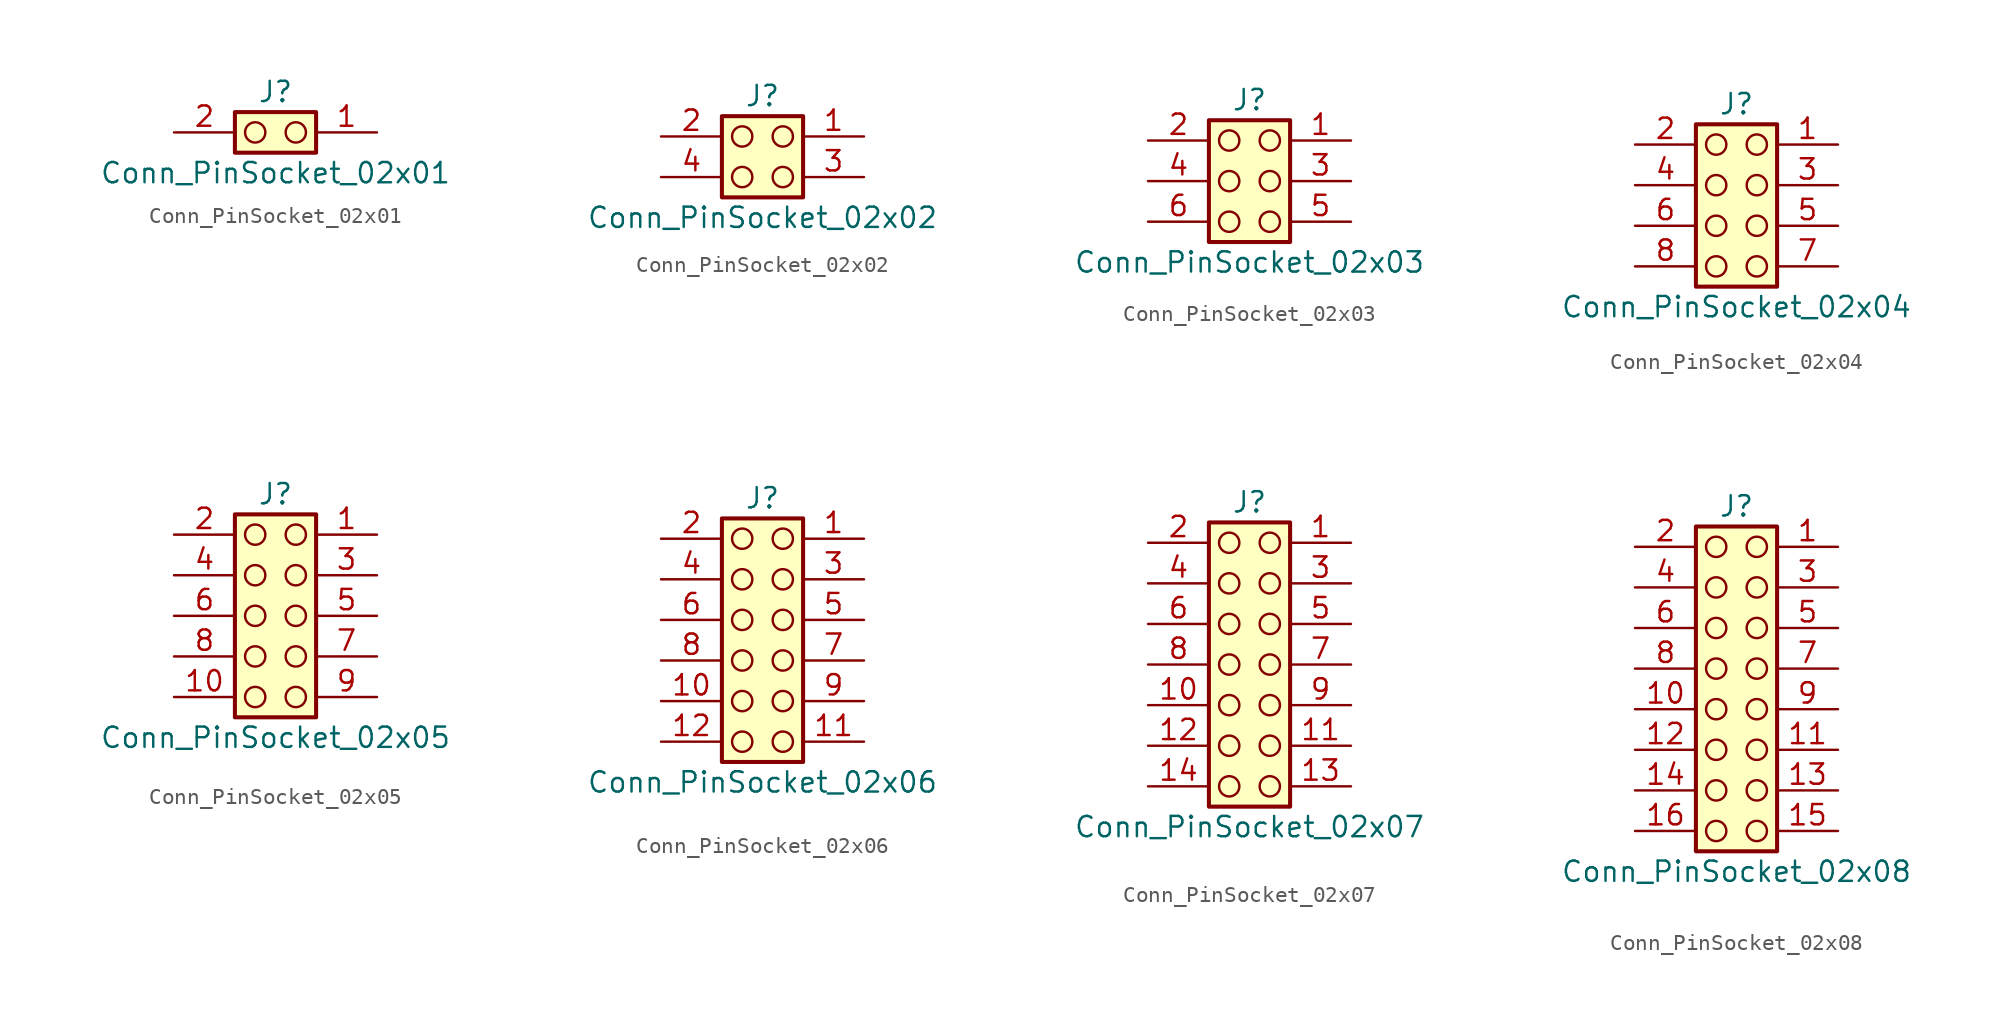
<source format=kicad_sym>
(kicad_symbol_lib
  (version 20241209)
  (generator "kicad_symbol_editor")
  (generator_version "9.0")
  (symbol "Conn_PinSocket_02x01"
    (pin_names
      (offset 1.016)
      (hide yes))
    (property "Reference" "J"
      (at 1.27 2.54 0)
      (effects (font (size 1.27 1.27))))
    (property "Value" "Conn_PinSocket_02x01"
      (at 1.27 -2.54 0)
      (effects (font (size 1.27 1.27))))
    (symbol "Conn_PinSocket_02x01_1_1"
      (rectangle (start -1.27 1.27) (end 3.81 -1.27) (stroke (width 0.254) (type default)) (fill (type background)))
      (circle (center 0 0) (radius 0.635) (stroke (width 0) (type solid) (color 132 0 0 1)) (fill (type none)))
      (circle (center 2.54 0) (radius 0.635) (stroke (width 0) (type solid) (color 132 0 0 1)) (fill (type none)))
      (pin passive line (at -5.08 0 0) (length 3.81) (name "Pin_2" (effects (font (size 1.27 1.27)))) (number "2" (effects (font (size 1.27 1.27)))))
      (pin passive line (at 7.62 0 180) (length 3.81) (name "Pin_1" (effects (font (size 1.27 1.27)))) (number "1" (effects (font (size 1.27 1.27)))))))
  (symbol "Conn_PinSocket_02x02"
    (pin_names
      (offset 1.016)
      (hide yes))
    (property "Reference" "J"
      (at 1.27 2.54 0)
      (effects (font (size 1.27 1.27))))
    (property "Value" "Conn_PinSocket_02x02"
      (at 1.27 -5.08 0)
      (effects (font (size 1.27 1.27))))
    (symbol "Conn_PinSocket_02x02_1_1"
      (rectangle (start -1.27 1.27) (end 3.81 -3.81) (stroke (width 0.254) (type default)) (fill (type background)))
      (circle (center 0 0) (radius 0.635) (stroke (width 0) (type solid) (color 132 0 0 1)) (fill (type none)))
      (circle (center 0 -2.54) (radius 0.635) (stroke (width 0) (type solid) (color 132 0 0 1)) (fill (type none)))
      (circle (center 2.54 0) (radius 0.635) (stroke (width 0) (type solid) (color 132 0 0 1)) (fill (type none)))
      (circle (center 2.54 -2.54) (radius 0.635) (stroke (width 0) (type solid) (color 132 0 0 1)) (fill (type none)))
      (pin passive line (at -5.08 0 0) (length 3.81) (name "Pin_2" (effects (font (size 1.27 1.27)))) (number "2" (effects (font (size 1.27 1.27)))))
      (pin passive line (at -5.08 -2.54 0) (length 3.81) (name "Pin_4" (effects (font (size 1.27 1.27)))) (number "4" (effects (font (size 1.27 1.27)))))
      (pin passive line (at 7.62 0 180) (length 3.81) (name "Pin_1" (effects (font (size 1.27 1.27)))) (number "1" (effects (font (size 1.27 1.27)))))
      (pin passive line (at 7.62 -2.54 180) (length 3.81) (name "Pin_3" (effects (font (size 1.27 1.27)))) (number "3" (effects (font (size 1.27 1.27)))))))
  (symbol "Conn_PinSocket_02x03"
    (pin_names
      (offset 1.016)
      (hide yes))
    (property "Reference" "J"
      (at 1.27 5.08 0)
      (effects (font (size 1.27 1.27))))
    (property "Value" "Conn_PinSocket_02x03"
      (at 1.27 -5.08 0)
      (effects (font (size 1.27 1.27))))
    (symbol "Conn_PinSocket_02x03_1_1"
      (rectangle (start -1.27 3.81) (end 3.81 -3.81) (stroke (width 0.254) (type default)) (fill (type background)))
      (circle (center 0 2.54) (radius 0.635) (stroke (width 0) (type solid) (color 132 0 0 1)) (fill (type none)))
      (circle (center 0 0) (radius 0.635) (stroke (width 0) (type solid) (color 132 0 0 1)) (fill (type none)))
      (circle (center 0 -2.54) (radius 0.635) (stroke (width 0) (type solid) (color 132 0 0 1)) (fill (type none)))
      (circle (center 2.54 2.54) (radius 0.635) (stroke (width 0) (type solid) (color 132 0 0 1)) (fill (type none)))
      (circle (center 2.54 0) (radius 0.635) (stroke (width 0) (type solid) (color 132 0 0 1)) (fill (type none)))
      (circle (center 2.54 -2.54) (radius 0.635) (stroke (width 0) (type solid) (color 132 0 0 1)) (fill (type none)))
      (pin passive line (at -5.08 2.54 0) (length 3.81) (name "Pin_2" (effects (font (size 1.27 1.27)))) (number "2" (effects (font (size 1.27 1.27)))))
      (pin passive line (at -5.08 0 0) (length 3.81) (name "Pin_4" (effects (font (size 1.27 1.27)))) (number "4" (effects (font (size 1.27 1.27)))))
      (pin passive line (at -5.08 -2.54 0) (length 3.81) (name "Pin_6" (effects (font (size 1.27 1.27)))) (number "6" (effects (font (size 1.27 1.27)))))
      (pin passive line (at 7.62 2.54 180) (length 3.81) (name "Pin_1" (effects (font (size 1.27 1.27)))) (number "1" (effects (font (size 1.27 1.27)))))
      (pin passive line (at 7.62 0 180) (length 3.81) (name "Pin_3" (effects (font (size 1.27 1.27)))) (number "3" (effects (font (size 1.27 1.27)))))
      (pin passive line (at 7.62 -2.54 180) (length 3.81) (name "Pin_5" (effects (font (size 1.27 1.27)))) (number "5" (effects (font (size 1.27 1.27)))))))
  (symbol "Conn_PinSocket_02x04"
    (pin_names
      (offset 1.016)
      (hide yes))
    (property "Reference" "J"
      (at 1.27 5.08 0)
      (effects (font (size 1.27 1.27))))
    (property "Value" "Conn_PinSocket_02x04"
      (at 1.27 -7.62 0)
      (effects (font (size 1.27 1.27))))
    (symbol "Conn_PinSocket_02x04_1_1"
      (circle (center 0 2.54) (radius 0.635) (stroke (width 0) (type solid) (color 132 0 0 1)) (fill (type none)))
      (circle (center 0 0) (radius 0.635) (stroke (width 0) (type solid) (color 132 0 0 1)) (fill (type none)))
      (circle (center 0 -2.54) (radius 0.635) (stroke (width 0) (type solid) (color 132 0 0 1)) (fill (type none)))
      (circle (center 0 -5.08) (radius 0.635) (stroke (width 0) (type solid) (color 132 0 0 1)) (fill (type none)))
      (circle (center 2.54 2.54) (radius 0.635) (stroke (width 0) (type solid) (color 132 0 0 1)) (fill (type none)))
      (circle (center 2.54 0) (radius 0.635) (stroke (width 0) (type solid) (color 132 0 0 1)) (fill (type none)))
      (circle (center 2.54 -2.54) (radius 0.635) (stroke (width 0) (type solid) (color 132 0 0 1)) (fill (type none)))
      (circle (center 2.54 -5.08) (radius 0.635) (stroke (width 0) (type solid) (color 132 0 0 1)) (fill (type none)))
      (rectangle (start 3.81 3.81) (end -1.27 -6.35) (stroke (width 0.254) (type default)) (fill (type background)))
      (pin passive line (at -5.08 2.54 0) (length 3.81) (name "Pin_2" (effects (font (size 1.27 1.27)))) (number "2" (effects (font (size 1.27 1.27)))))
      (pin passive line (at -5.08 0 0) (length 3.81) (name "Pin_4" (effects (font (size 1.27 1.27)))) (number "4" (effects (font (size 1.27 1.27)))))
      (pin passive line (at -5.08 -2.54 0) (length 3.81) (name "Pin_6" (effects (font (size 1.27 1.27)))) (number "6" (effects (font (size 1.27 1.27)))))
      (pin passive line (at -5.08 -5.08 0) (length 3.81) (name "Pin_8" (effects (font (size 1.27 1.27)))) (number "8" (effects (font (size 1.27 1.27)))))
      (pin passive line (at 7.62 2.54 180) (length 3.81) (name "Pin_1" (effects (font (size 1.27 1.27)))) (number "1" (effects (font (size 1.27 1.27)))))
      (pin passive line (at 7.62 0 180) (length 3.81) (name "Pin_3" (effects (font (size 1.27 1.27)))) (number "3" (effects (font (size 1.27 1.27)))))
      (pin passive line (at 7.62 -2.54 180) (length 3.81) (name "Pin_5" (effects (font (size 1.27 1.27)))) (number "5" (effects (font (size 1.27 1.27)))))
      (pin passive line (at 7.62 -5.08 180) (length 3.81) (name "Pin_7" (effects (font (size 1.27 1.27)))) (number "7" (effects (font (size 1.27 1.27)))))))
  (symbol "Conn_PinSocket_02x05"
    (pin_names
      (offset 1.016)
      (hide yes))
    (property "Reference" "J"
      (at 1.27 7.62 0)
      (effects (font (size 1.27 1.27))))
    (property "Value" "Conn_PinSocket_02x05"
      (at 1.27 -7.62 0)
      (effects (font (size 1.27 1.27))))
    (symbol "Conn_PinSocket_02x05_1_1"
      (rectangle (start -1.27 6.35) (end 3.81 -6.35) (stroke (width 0.254) (type default)) (fill (type background)))
      (circle (center 0 5.08) (radius 0.635) (stroke (width 0) (type solid) (color 132 0 0 1)) (fill (type none)))
      (circle (center 0 2.54) (radius 0.635) (stroke (width 0) (type solid) (color 132 0 0 1)) (fill (type none)))
      (circle (center 0 0) (radius 0.635) (stroke (width 0) (type solid) (color 132 0 0 1)) (fill (type none)))
      (circle (center 0 -2.54) (radius 0.635) (stroke (width 0) (type solid) (color 132 0 0 1)) (fill (type none)))
      (circle (center 0 -5.08) (radius 0.635) (stroke (width 0) (type solid) (color 132 0 0 1)) (fill (type none)))
      (circle (center 2.54 5.08) (radius 0.635) (stroke (width 0) (type solid) (color 132 0 0 1)) (fill (type none)))
      (circle (center 2.54 2.54) (radius 0.635) (stroke (width 0) (type solid) (color 132 0 0 1)) (fill (type none)))
      (circle (center 2.54 0) (radius 0.635) (stroke (width 0) (type solid) (color 132 0 0 1)) (fill (type none)))
      (circle (center 2.54 -2.54) (radius 0.635) (stroke (width 0) (type solid) (color 132 0 0 1)) (fill (type none)))
      (circle (center 2.54 -5.08) (radius 0.635) (stroke (width 0) (type solid) (color 132 0 0 1)) (fill (type none)))
      (pin passive line (at -5.08 5.08 0) (length 3.81) (name "Pin_2" (effects (font (size 1.27 1.27)))) (number "2" (effects (font (size 1.27 1.27)))))
      (pin passive line (at -5.08 2.54 0) (length 3.81) (name "Pin_4" (effects (font (size 1.27 1.27)))) (number "4" (effects (font (size 1.27 1.27)))))
      (pin passive line (at -5.08 0 0) (length 3.81) (name "Pin_6" (effects (font (size 1.27 1.27)))) (number "6" (effects (font (size 1.27 1.27)))))
      (pin passive line (at -5.08 -2.54 0) (length 3.81) (name "Pin_8" (effects (font (size 1.27 1.27)))) (number "8" (effects (font (size 1.27 1.27)))))
      (pin passive line (at -5.08 -5.08 0) (length 3.81) (name "Pin_10" (effects (font (size 1.27 1.27)))) (number "10" (effects (font (size 1.27 1.27)))))
      (pin passive line (at 7.62 5.08 180) (length 3.81) (name "Pin_1" (effects (font (size 1.27 1.27)))) (number "1" (effects (font (size 1.27 1.27)))))
      (pin passive line (at 7.62 2.54 180) (length 3.81) (name "Pin_3" (effects (font (size 1.27 1.27)))) (number "3" (effects (font (size 1.27 1.27)))))
      (pin passive line (at 7.62 0 180) (length 3.81) (name "Pin_5" (effects (font (size 1.27 1.27)))) (number "5" (effects (font (size 1.27 1.27)))))
      (pin passive line (at 7.62 -2.54 180) (length 3.81) (name "Pin_7" (effects (font (size 1.27 1.27)))) (number "7" (effects (font (size 1.27 1.27)))))
      (pin passive line (at 7.62 -5.08 180) (length 3.81) (name "Pin_9" (effects (font (size 1.27 1.27)))) (number "9" (effects (font (size 1.27 1.27)))))))
  (symbol "Conn_PinSocket_02x06"
    (pin_names
      (offset 1.016)
      (hide yes))
    (property "Reference" "J"
      (at 1.27 7.62 0)
      (effects (font (size 1.27 1.27))))
    (property "Value" "Conn_PinSocket_02x06"
      (at 1.27 -10.16 0)
      (effects (font (size 1.27 1.27))))
    (symbol "Conn_PinSocket_02x06_1_1"
      (rectangle (start -1.27 6.35) (end 3.81 -8.89) (stroke (width 0.254) (type default)) (fill (type background)))
      (circle (center 0 5.08) (radius 0.635) (stroke (width 0) (type solid) (color 132 0 0 1)) (fill (type none)))
      (circle (center 0 2.54) (radius 0.635) (stroke (width 0) (type solid) (color 132 0 0 1)) (fill (type none)))
      (circle (center 0 0) (radius 0.635) (stroke (width 0) (type solid) (color 132 0 0 1)) (fill (type none)))
      (circle (center 0 -2.54) (radius 0.635) (stroke (width 0) (type solid) (color 132 0 0 1)) (fill (type none)))
      (circle (center 0 -5.08) (radius 0.635) (stroke (width 0) (type solid) (color 132 0 0 1)) (fill (type none)))
      (circle (center 0 -7.62) (radius 0.635) (stroke (width 0) (type solid) (color 132 0 0 1)) (fill (type none)))
      (circle (center 2.54 5.08) (radius 0.635) (stroke (width 0) (type solid) (color 132 0 0 1)) (fill (type none)))
      (circle (center 2.54 2.54) (radius 0.635) (stroke (width 0) (type solid) (color 132 0 0 1)) (fill (type none)))
      (circle (center 2.54 0) (radius 0.635) (stroke (width 0) (type solid) (color 132 0 0 1)) (fill (type none)))
      (circle (center 2.54 -2.54) (radius 0.635) (stroke (width 0) (type solid) (color 132 0 0 1)) (fill (type none)))
      (circle (center 2.54 -5.08) (radius 0.635) (stroke (width 0) (type solid) (color 132 0 0 1)) (fill (type none)))
      (circle (center 2.54 -7.62) (radius 0.635) (stroke (width 0) (type solid) (color 132 0 0 1)) (fill (type none)))
      (pin passive line (at -5.08 5.08 0) (length 3.81) (name "Pin_2" (effects (font (size 1.27 1.27)))) (number "2" (effects (font (size 1.27 1.27)))))
      (pin passive line (at -5.08 2.54 0) (length 3.81) (name "Pin_4" (effects (font (size 1.27 1.27)))) (number "4" (effects (font (size 1.27 1.27)))))
      (pin passive line (at -5.08 0 0) (length 3.81) (name "Pin_6" (effects (font (size 1.27 1.27)))) (number "6" (effects (font (size 1.27 1.27)))))
      (pin passive line (at -5.08 -2.54 0) (length 3.81) (name "Pin_8" (effects (font (size 1.27 1.27)))) (number "8" (effects (font (size 1.27 1.27)))))
      (pin passive line (at -5.08 -5.08 0) (length 3.81) (name "Pin_10" (effects (font (size 1.27 1.27)))) (number "10" (effects (font (size 1.27 1.27)))))
      (pin passive line (at -5.08 -7.62 0) (length 3.81) (name "Pin_12" (effects (font (size 1.27 1.27)))) (number "12" (effects (font (size 1.27 1.27)))))
      (pin passive line (at 7.62 5.08 180) (length 3.81) (name "Pin_1" (effects (font (size 1.27 1.27)))) (number "1" (effects (font (size 1.27 1.27)))))
      (pin passive line (at 7.62 2.54 180) (length 3.81) (name "Pin_3" (effects (font (size 1.27 1.27)))) (number "3" (effects (font (size 1.27 1.27)))))
      (pin passive line (at 7.62 0 180) (length 3.81) (name "Pin_5" (effects (font (size 1.27 1.27)))) (number "5" (effects (font (size 1.27 1.27)))))
      (pin passive line (at 7.62 -2.54 180) (length 3.81) (name "Pin_7" (effects (font (size 1.27 1.27)))) (number "7" (effects (font (size 1.27 1.27)))))
      (pin passive line (at 7.62 -5.08 180) (length 3.81) (name "Pin_9" (effects (font (size 1.27 1.27)))) (number "9" (effects (font (size 1.27 1.27)))))
      (pin passive line (at 7.62 -7.62 180) (length 3.81) (name "Pin_11" (effects (font (size 1.27 1.27)))) (number "11" (effects (font (size 1.27 1.27)))))))
  (symbol "Conn_PinSocket_02x07"
    (pin_names
      (offset 1.016)
      (hide yes))
    (property "Reference" "J"
      (at 1.27 10.16 0)
      (effects (font (size 1.27 1.27))))
    (property "Value" "Conn_PinSocket_02x07"
      (at 1.27 -10.16 0)
      (effects (font (size 1.27 1.27))))
    (symbol "Conn_PinSocket_02x07_1_1"
      (rectangle (start -1.27 8.89) (end 3.81 -8.89) (stroke (width 0.254) (type default)) (fill (type background)))
      (circle (center 0 7.62) (radius 0.635) (stroke (width 0) (type solid) (color 132 0 0 1)) (fill (type none)))
      (circle (center 0 5.08) (radius 0.635) (stroke (width 0) (type solid) (color 132 0 0 1)) (fill (type none)))
      (circle (center 0 2.54) (radius 0.635) (stroke (width 0) (type solid) (color 132 0 0 1)) (fill (type none)))
      (circle (center 0 0) (radius 0.635) (stroke (width 0) (type solid) (color 132 0 0 1)) (fill (type none)))
      (circle (center 0 -2.54) (radius 0.635) (stroke (width 0) (type solid) (color 132 0 0 1)) (fill (type none)))
      (circle (center 0 -5.08) (radius 0.635) (stroke (width 0) (type solid) (color 132 0 0 1)) (fill (type none)))
      (circle (center 0 -7.62) (radius 0.635) (stroke (width 0) (type solid) (color 132 0 0 1)) (fill (type none)))
      (circle (center 2.54 7.62) (radius 0.635) (stroke (width 0) (type solid) (color 132 0 0 1)) (fill (type none)))
      (circle (center 2.54 5.08) (radius 0.635) (stroke (width 0) (type solid) (color 132 0 0 1)) (fill (type none)))
      (circle (center 2.54 2.54) (radius 0.635) (stroke (width 0) (type solid) (color 132 0 0 1)) (fill (type none)))
      (circle (center 2.54 0) (radius 0.635) (stroke (width 0) (type solid) (color 132 0 0 1)) (fill (type none)))
      (circle (center 2.54 -2.54) (radius 0.635) (stroke (width 0) (type solid) (color 132 0 0 1)) (fill (type none)))
      (circle (center 2.54 -5.08) (radius 0.635) (stroke (width 0) (type solid) (color 132 0 0 1)) (fill (type none)))
      (circle (center 2.54 -7.62) (radius 0.635) (stroke (width 0) (type solid) (color 132 0 0 1)) (fill (type none)))
      (pin passive line (at -5.08 7.62 0) (length 3.81) (name "Pin_2" (effects (font (size 1.27 1.27)))) (number "2" (effects (font (size 1.27 1.27)))))
      (pin passive line (at -5.08 5.08 0) (length 3.81) (name "Pin_4" (effects (font (size 1.27 1.27)))) (number "4" (effects (font (size 1.27 1.27)))))
      (pin passive line (at -5.08 2.54 0) (length 3.81) (name "Pin_6" (effects (font (size 1.27 1.27)))) (number "6" (effects (font (size 1.27 1.27)))))
      (pin passive line (at -5.08 0 0) (length 3.81) (name "Pin_8" (effects (font (size 1.27 1.27)))) (number "8" (effects (font (size 1.27 1.27)))))
      (pin passive line (at -5.08 -2.54 0) (length 3.81) (name "Pin_10" (effects (font (size 1.27 1.27)))) (number "10" (effects (font (size 1.27 1.27)))))
      (pin passive line (at -5.08 -5.08 0) (length 3.81) (name "Pin_12" (effects (font (size 1.27 1.27)))) (number "12" (effects (font (size 1.27 1.27)))))
      (pin passive line (at -5.08 -7.62 0) (length 3.81) (name "Pin_14" (effects (font (size 1.27 1.27)))) (number "14" (effects (font (size 1.27 1.27)))))
      (pin passive line (at 7.62 7.62 180) (length 3.81) (name "Pin_1" (effects (font (size 1.27 1.27)))) (number "1" (effects (font (size 1.27 1.27)))))
      (pin passive line (at 7.62 5.08 180) (length 3.81) (name "Pin_3" (effects (font (size 1.27 1.27)))) (number "3" (effects (font (size 1.27 1.27)))))
      (pin passive line (at 7.62 2.54 180) (length 3.81) (name "Pin_5" (effects (font (size 1.27 1.27)))) (number "5" (effects (font (size 1.27 1.27)))))
      (pin passive line (at 7.62 0 180) (length 3.81) (name "Pin_7" (effects (font (size 1.27 1.27)))) (number "7" (effects (font (size 1.27 1.27)))))
      (pin passive line (at 7.62 -2.54 180) (length 3.81) (name "Pin_9" (effects (font (size 1.27 1.27)))) (number "9" (effects (font (size 1.27 1.27)))))
      (pin passive line (at 7.62 -5.08 180) (length 3.81) (name "Pin_11" (effects (font (size 1.27 1.27)))) (number "11" (effects (font (size 1.27 1.27)))))
      (pin passive line (at 7.62 -7.62 180) (length 3.81) (name "Pin_13" (effects (font (size 1.27 1.27)))) (number "13" (effects (font (size 1.27 1.27)))))))
  (symbol "Conn_PinSocket_02x08"
    (pin_names
      (offset 1.016)
      (hide yes))
    (property "Reference" "J"
      (at 1.27 10.16 0)
      (effects (font (size 1.27 1.27))))
    (property "Value" "Conn_PinSocket_02x08"
      (at 1.27 -12.7 0)
      (effects (font (size 1.27 1.27))))
    (symbol "Conn_PinSocket_02x08_1_1"
      (rectangle (start -1.27 8.89) (end 3.81 -11.43) (stroke (width 0.254) (type default)) (fill (type background)))
      (circle (center 0 7.62) (radius 0.635) (stroke (width 0) (type solid) (color 132 0 0 1)) (fill (type none)))
      (circle (center 0 5.08) (radius 0.635) (stroke (width 0) (type solid) (color 132 0 0 1)) (fill (type none)))
      (circle (center 0 2.54) (radius 0.635) (stroke (width 0) (type solid) (color 132 0 0 1)) (fill (type none)))
      (circle (center 0 0) (radius 0.635) (stroke (width 0) (type solid) (color 132 0 0 1)) (fill (type none)))
      (circle (center 0 -2.54) (radius 0.635) (stroke (width 0) (type solid) (color 132 0 0 1)) (fill (type none)))
      (circle (center 0 -5.08) (radius 0.635) (stroke (width 0) (type solid) (color 132 0 0 1)) (fill (type none)))
      (circle (center 0 -7.62) (radius 0.635) (stroke (width 0) (type solid) (color 132 0 0 1)) (fill (type none)))
      (circle (center 0 -10.16) (radius 0.635) (stroke (width 0) (type solid) (color 132 0 0 1)) (fill (type none)))
      (circle (center 2.54 7.62) (radius 0.635) (stroke (width 0) (type solid) (color 132 0 0 1)) (fill (type none)))
      (circle (center 2.54 5.08) (radius 0.635) (stroke (width 0) (type solid) (color 132 0 0 1)) (fill (type none)))
      (circle (center 2.54 2.54) (radius 0.635) (stroke (width 0) (type solid) (color 132 0 0 1)) (fill (type none)))
      (circle (center 2.54 0) (radius 0.635) (stroke (width 0) (type solid) (color 132 0 0 1)) (fill (type none)))
      (circle (center 2.54 -2.54) (radius 0.635) (stroke (width 0) (type solid) (color 132 0 0 1)) (fill (type none)))
      (circle (center 2.54 -5.08) (radius 0.635) (stroke (width 0) (type solid) (color 132 0 0 1)) (fill (type none)))
      (circle (center 2.54 -7.62) (radius 0.635) (stroke (width 0) (type solid) (color 132 0 0 1)) (fill (type none)))
      (circle (center 2.54 -10.16) (radius 0.635) (stroke (width 0) (type solid) (color 132 0 0 1)) (fill (type none)))
      (pin passive line (at -5.08 7.62 0) (length 3.81) (name "Pin_2" (effects (font (size 1.27 1.27)))) (number "2" (effects (font (size 1.27 1.27)))))
      (pin passive line (at -5.08 5.08 0) (length 3.81) (name "Pin_4" (effects (font (size 1.27 1.27)))) (number "4" (effects (font (size 1.27 1.27)))))
      (pin passive line (at -5.08 2.54 0) (length 3.81) (name "Pin_6" (effects (font (size 1.27 1.27)))) (number "6" (effects (font (size 1.27 1.27)))))
      (pin passive line (at -5.08 0 0) (length 3.81) (name "Pin_8" (effects (font (size 1.27 1.27)))) (number "8" (effects (font (size 1.27 1.27)))))
      (pin passive line (at -5.08 -2.54 0) (length 3.81) (name "Pin_10" (effects (font (size 1.27 1.27)))) (number "10" (effects (font (size 1.27 1.27)))))
      (pin passive line (at -5.08 -5.08 0) (length 3.81) (name "Pin_12" (effects (font (size 1.27 1.27)))) (number "12" (effects (font (size 1.27 1.27)))))
      (pin passive line (at -5.08 -7.62 0) (length 3.81) (name "Pin_14" (effects (font (size 1.27 1.27)))) (number "14" (effects (font (size 1.27 1.27)))))
      (pin passive line (at -5.08 -10.16 0) (length 3.81) (name "Pin_16" (effects (font (size 1.27 1.27)))) (number "16" (effects (font (size 1.27 1.27)))))
      (pin passive line (at 7.62 7.62 180) (length 3.81) (name "Pin_1" (effects (font (size 1.27 1.27)))) (number "1" (effects (font (size 1.27 1.27)))))
      (pin passive line (at 7.62 5.08 180) (length 3.81) (name "Pin_3" (effects (font (size 1.27 1.27)))) (number "3" (effects (font (size 1.27 1.27)))))
      (pin passive line (at 7.62 2.54 180) (length 3.81) (name "Pin_5" (effects (font (size 1.27 1.27)))) (number "5" (effects (font (size 1.27 1.27)))))
      (pin passive line (at 7.62 0 180) (length 3.81) (name "Pin_7" (effects (font (size 1.27 1.27)))) (number "7" (effects (font (size 1.27 1.27)))))
      (pin passive line (at 7.62 -2.54 180) (length 3.81) (name "Pin_9" (effects (font (size 1.27 1.27)))) (number "9" (effects (font (size 1.27 1.27)))))
      (pin passive line (at 7.62 -5.08 180) (length 3.81) (name "Pin_11" (effects (font (size 1.27 1.27)))) (number "11" (effects (font (size 1.27 1.27)))))
      (pin passive line (at 7.62 -7.62 180) (length 3.81) (name "Pin_13" (effects (font (size 1.27 1.27)))) (number "13" (effects (font (size 1.27 1.27)))))
      (pin passive line (at 7.62 -10.16 180) (length 3.81) (name "Pin_15" (effects (font (size 1.27 1.27)))) (number "15" (effects (font (size 1.27 1.27))))))))
</source>
